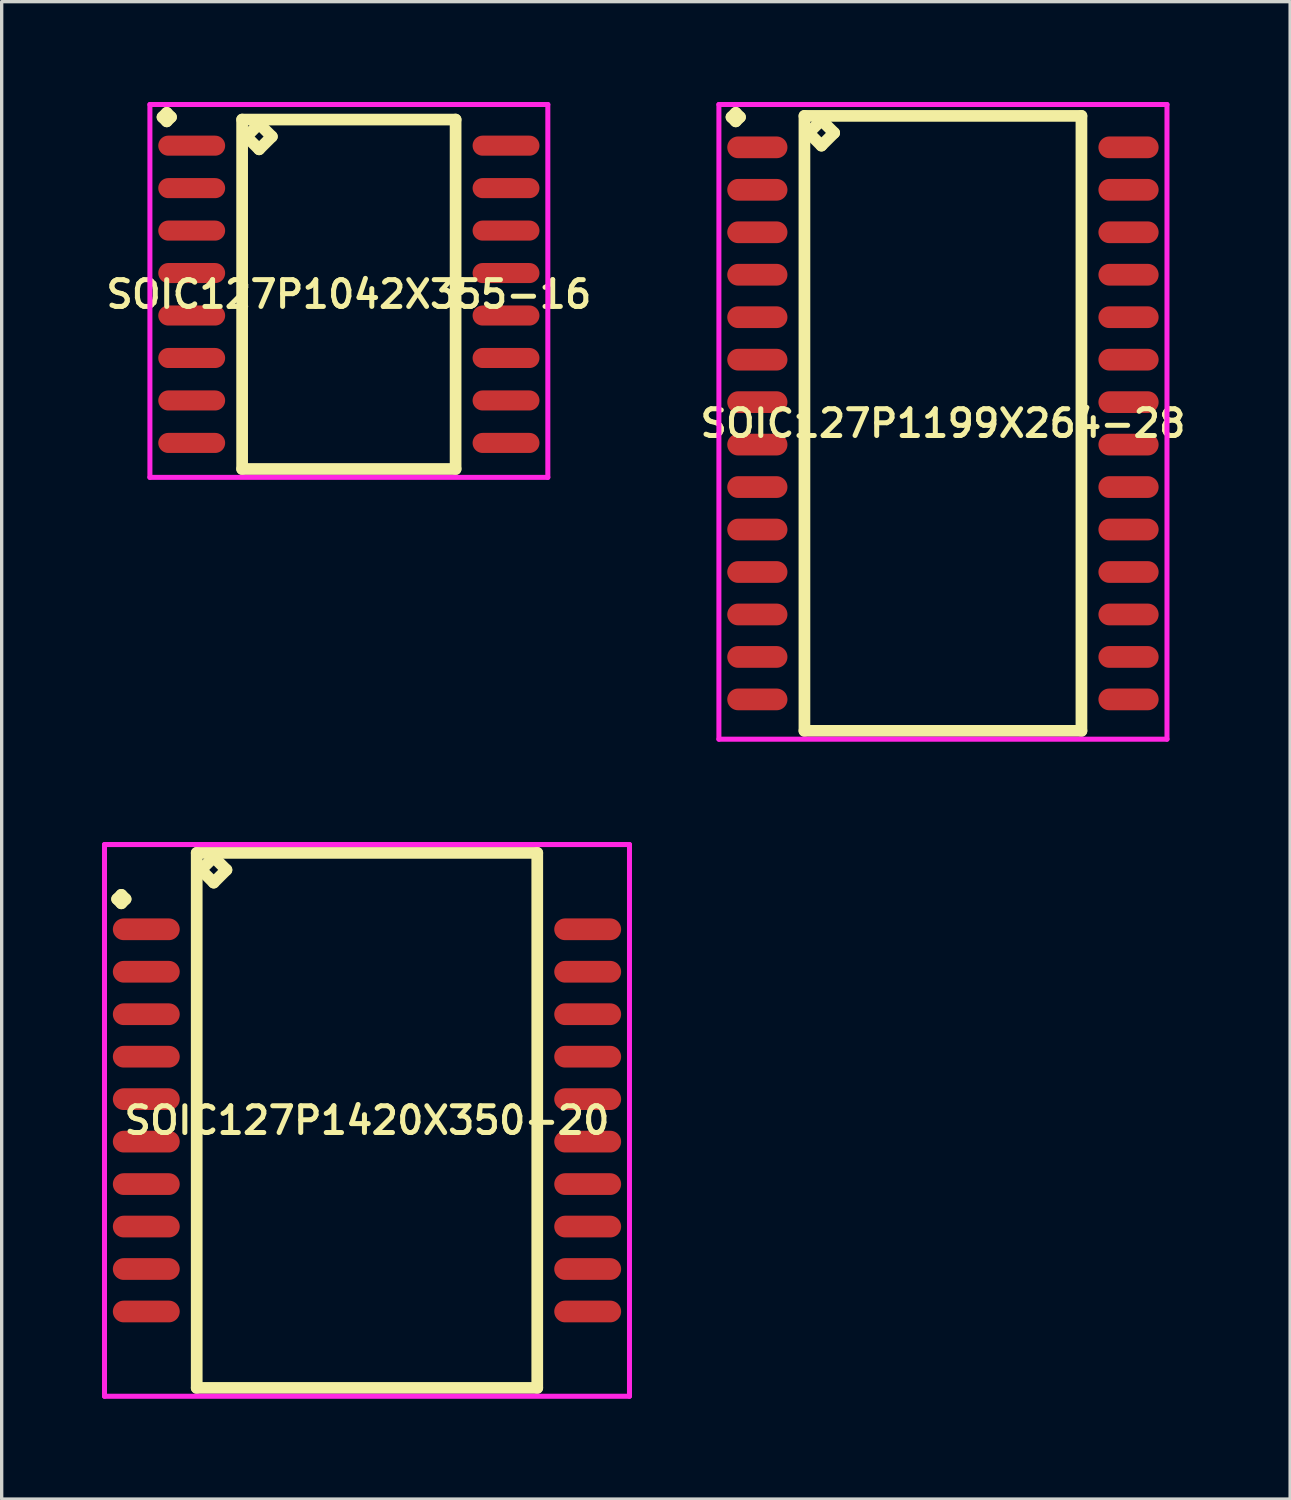
<source format=kicad_pcb>
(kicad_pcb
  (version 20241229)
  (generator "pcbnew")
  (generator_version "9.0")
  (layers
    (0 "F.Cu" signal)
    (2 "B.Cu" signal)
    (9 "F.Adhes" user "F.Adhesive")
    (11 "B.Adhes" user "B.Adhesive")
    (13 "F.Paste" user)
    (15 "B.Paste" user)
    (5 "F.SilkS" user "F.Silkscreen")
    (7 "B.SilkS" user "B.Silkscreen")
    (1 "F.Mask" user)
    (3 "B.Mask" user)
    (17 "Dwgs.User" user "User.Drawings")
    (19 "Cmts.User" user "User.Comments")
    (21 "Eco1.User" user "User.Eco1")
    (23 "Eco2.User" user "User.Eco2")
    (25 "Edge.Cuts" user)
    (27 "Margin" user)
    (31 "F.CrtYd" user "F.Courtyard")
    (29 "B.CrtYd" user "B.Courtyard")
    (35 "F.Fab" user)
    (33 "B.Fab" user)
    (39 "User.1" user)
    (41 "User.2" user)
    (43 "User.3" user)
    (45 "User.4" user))
  (footprint "SOIC127P1199X264-28"
    (layer "F.Cu")
    (at 25.149 9.611)
    (property "Reference" "SOIC127P1199X264-28" (at 0 0 0) (layer "F.SilkS") (effects (font (size 0.8 0.8) (thickness 0.15))))
    (attr smd)
    (fp_line (start -6.323 -9.159) (end -6.196 -9.286) (stroke (width 0.35) (type solid)) (layer "F.SilkS"))
    (fp_line (start -6.196 -9.286) (end -6.069 -9.159) (stroke (width 0.35) (type solid)) (layer "F.SilkS"))
    (fp_line (start -6.196 -9.032) (end -6.323 -9.159) (stroke (width 0.35) (type solid)) (layer "F.SilkS"))
    (fp_line (start -6.069 -9.159) (end -6.196 -9.032) (stroke (width 0.35) (type solid)) (layer "F.SilkS"))
    (fp_line (start -4.142 -9.195) (end -4.142 9.195) (stroke (width 0.35) (type solid)) (layer "F.SilkS"))
    (fp_line (start -4.142 9.195) (end 4.142 9.195) (stroke (width 0.35) (type solid)) (layer "F.SilkS"))
    (fp_line (start -4.015 -8.687) (end -3.634 -9.068) (stroke (width 0.35) (type solid)) (layer "F.SilkS"))
    (fp_line (start -3.634 -9.068) (end -3.253 -8.687) (stroke (width 0.35) (type solid)) (layer "F.SilkS"))
    (fp_line (start -3.634 -8.306) (end -4.015 -8.687) (stroke (width 0.35) (type solid)) (layer "F.SilkS"))
    (fp_line (start -3.253 -8.687) (end -3.634 -8.306) (stroke (width 0.35) (type solid)) (layer "F.SilkS"))
    (fp_line (start 4.142 -9.195) (end -4.142 -9.195) (stroke (width 0.35) (type solid)) (layer "F.SilkS"))
    (fp_line (start 4.142 9.195) (end 4.142 -9.195) (stroke (width 0.35) (type solid)) (layer "F.SilkS"))
    (fp_line (start -6.7 -9.536) (end 6.7 -9.536) (stroke (width 0.15) (type solid)) (layer "F.CrtYd"))
    (fp_line (start -6.7 9.445) (end -6.7 -9.536) (stroke (width 0.15) (type solid)) (layer "F.CrtYd"))
    (fp_line (start 6.7 -9.536) (end 6.7 9.445) (stroke (width 0.15) (type solid)) (layer "F.CrtYd"))
    (fp_line (start 6.7 9.445) (end -6.7 9.445) (stroke (width 0.15) (type solid)) (layer "F.CrtYd"))
    (pad "1" smd oval (at -5.55 -8.255) (size 1.8 0.65) (layers "F.Cu" "F.Mask" "F.Paste"))
    (pad "2" smd oval (at -5.55 -6.985) (size 1.8 0.65) (layers "F.Cu" "F.Mask" "F.Paste"))
    (pad "3" smd oval (at -5.55 -5.715) (size 1.8 0.65) (layers "F.Cu" "F.Mask" "F.Paste"))
    (pad "4" smd oval (at -5.55 -4.445) (size 1.8 0.65) (layers "F.Cu" "F.Mask" "F.Paste"))
    (pad "5" smd oval (at -5.55 -3.175) (size 1.8 0.65) (layers "F.Cu" "F.Mask" "F.Paste"))
    (pad "6" smd oval (at -5.55 -1.905) (size 1.8 0.65) (layers "F.Cu" "F.Mask" "F.Paste"))
    (pad "7" smd oval (at -5.55 -0.635) (size 1.8 0.65) (layers "F.Cu" "F.Mask" "F.Paste"))
    (pad "8" smd oval (at -5.55 0.635) (size 1.8 0.65) (layers "F.Cu" "F.Mask" "F.Paste"))
    (pad "9" smd oval (at -5.55 1.905) (size 1.8 0.65) (layers "F.Cu" "F.Mask" "F.Paste"))
    (pad "10" smd oval (at -5.55 3.175) (size 1.8 0.65) (layers "F.Cu" "F.Mask" "F.Paste"))
    (pad "11" smd oval (at -5.55 4.445) (size 1.8 0.65) (layers "F.Cu" "F.Mask" "F.Paste"))
    (pad "12" smd oval (at -5.55 5.715) (size 1.8 0.65) (layers "F.Cu" "F.Mask" "F.Paste"))
    (pad "13" smd oval (at -5.55 6.985) (size 1.8 0.65) (layers "F.Cu" "F.Mask" "F.Paste"))
    (pad "14" smd oval (at -5.55 8.255) (size 1.8 0.65) (layers "F.Cu" "F.Mask" "F.Paste"))
    (pad "15" smd oval (at 5.55 8.255) (size 1.8 0.65) (layers "F.Cu" "F.Mask" "F.Paste"))
    (pad "16" smd oval (at 5.55 6.985) (size 1.8 0.65) (layers "F.Cu" "F.Mask" "F.Paste"))
    (pad "17" smd oval (at 5.55 5.715) (size 1.8 0.65) (layers "F.Cu" "F.Mask" "F.Paste"))
    (pad "18" smd oval (at 5.55 4.445) (size 1.8 0.65) (layers "F.Cu" "F.Mask" "F.Paste"))
    (pad "19" smd oval (at 5.55 3.175) (size 1.8 0.65) (layers "F.Cu" "F.Mask" "F.Paste"))
    (pad "20" smd oval (at 5.55 1.905) (size 1.8 0.65) (layers "F.Cu" "F.Mask" "F.Paste"))
    (pad "21" smd oval (at 5.55 0.635) (size 1.8 0.65) (layers "F.Cu" "F.Mask" "F.Paste"))
    (pad "22" smd oval (at 5.55 -0.635) (size 1.8 0.65) (layers "F.Cu" "F.Mask" "F.Paste"))
    (pad "23" smd oval (at 5.55 -1.905) (size 1.8 0.65) (layers "F.Cu" "F.Mask" "F.Paste"))
    (pad "24" smd oval (at 5.55 -3.175) (size 1.8 0.65) (layers "F.Cu" "F.Mask" "F.Paste"))
    (pad "25" smd oval (at 5.55 -4.445) (size 1.8 0.65) (layers "F.Cu" "F.Mask" "F.Paste"))
    (pad "26" smd oval (at 5.55 -5.715) (size 1.8 0.65) (layers "F.Cu" "F.Mask" "F.Paste"))
    (pad "27" smd oval (at 5.55 -6.985) (size 1.8 0.65) (layers "F.Cu" "F.Mask" "F.Paste"))
    (pad "28" smd oval (at 5.55 -8.255) (size 1.8 0.65) (layers "F.Cu" "F.Mask" "F.Paste")))
  (footprint "SOIC127P1420X350-20"
    (layer "F.Cu")
    (at 7.925 30.456)
    (property "Reference" "SOIC127P1420X350-20" (at 0 0 0) (layer "F.SilkS") (effects (font (size 0.8 0.8) (thickness 0.15))))
    (attr smd)
    (fp_line (start -7.473 -6.619) (end -7.346 -6.746) (stroke (width 0.35) (type solid)) (layer "F.SilkS"))
    (fp_line (start -7.346 -6.746) (end -7.219 -6.619) (stroke (width 0.35) (type solid)) (layer "F.SilkS"))
    (fp_line (start -7.346 -6.492) (end -7.473 -6.619) (stroke (width 0.35) (type solid)) (layer "F.SilkS"))
    (fp_line (start -7.219 -6.619) (end -7.346 -6.492) (stroke (width 0.35) (type solid)) (layer "F.SilkS"))
    (fp_line (start -5.092 -8) (end -5.092 8) (stroke (width 0.35) (type solid)) (layer "F.SilkS"))
    (fp_line (start -5.092 8) (end 5.092 8) (stroke (width 0.35) (type solid)) (layer "F.SilkS"))
    (fp_line (start -4.965 -7.492) (end -4.584 -7.873) (stroke (width 0.35) (type solid)) (layer "F.SilkS"))
    (fp_line (start -4.584 -7.873) (end -4.203 -7.492) (stroke (width 0.35) (type solid)) (layer "F.SilkS"))
    (fp_line (start -4.584 -7.111) (end -4.965 -7.492) (stroke (width 0.35) (type solid)) (layer "F.SilkS"))
    (fp_line (start -4.203 -7.492) (end -4.584 -7.111) (stroke (width 0.35) (type solid)) (layer "F.SilkS"))
    (fp_line (start 5.092 -8) (end -5.092 -8) (stroke (width 0.35) (type solid)) (layer "F.SilkS"))
    (fp_line (start 5.092 8) (end 5.092 -8) (stroke (width 0.35) (type solid)) (layer "F.SilkS"))
    (fp_line (start -7.85 -8.25) (end 7.85 -8.25) (stroke (width 0.15) (type solid)) (layer "F.CrtYd"))
    (fp_line (start -7.85 8.25) (end -7.85 -8.25) (stroke (width 0.15) (type solid)) (layer "F.CrtYd"))
    (fp_line (start 7.85 -8.25) (end 7.85 8.25) (stroke (width 0.15) (type solid)) (layer "F.CrtYd"))
    (fp_line (start 7.85 8.25) (end -7.85 8.25) (stroke (width 0.15) (type solid)) (layer "F.CrtYd"))
    (pad "1" smd oval (at -6.6 -5.715) (size 2 0.65) (layers "F.Cu" "F.Mask" "F.Paste"))
    (pad "2" smd oval (at -6.6 -4.445) (size 2 0.65) (layers "F.Cu" "F.Mask" "F.Paste"))
    (pad "3" smd oval (at -6.6 -3.175) (size 2 0.65) (layers "F.Cu" "F.Mask" "F.Paste"))
    (pad "4" smd oval (at -6.6 -1.905) (size 2 0.65) (layers "F.Cu" "F.Mask" "F.Paste"))
    (pad "5" smd oval (at -6.6 -0.635) (size 2 0.65) (layers "F.Cu" "F.Mask" "F.Paste"))
    (pad "6" smd oval (at -6.6 0.635) (size 2 0.65) (layers "F.Cu" "F.Mask" "F.Paste"))
    (pad "7" smd oval (at -6.6 1.905) (size 2 0.65) (layers "F.Cu" "F.Mask" "F.Paste"))
    (pad "8" smd oval (at -6.6 3.175) (size 2 0.65) (layers "F.Cu" "F.Mask" "F.Paste"))
    (pad "9" smd oval (at -6.6 4.445) (size 2 0.65) (layers "F.Cu" "F.Mask" "F.Paste"))
    (pad "10" smd oval (at -6.6 5.715) (size 2 0.65) (layers "F.Cu" "F.Mask" "F.Paste"))
    (pad "11" smd oval (at 6.6 5.715) (size 2 0.65) (layers "F.Cu" "F.Mask" "F.Paste"))
    (pad "12" smd oval (at 6.6 4.445) (size 2 0.65) (layers "F.Cu" "F.Mask" "F.Paste"))
    (pad "13" smd oval (at 6.6 3.175) (size 2 0.65) (layers "F.Cu" "F.Mask" "F.Paste"))
    (pad "14" smd oval (at 6.6 1.905) (size 2 0.65) (layers "F.Cu" "F.Mask" "F.Paste"))
    (pad "15" smd oval (at 6.6 0.635) (size 2 0.65) (layers "F.Cu" "F.Mask" "F.Paste"))
    (pad "16" smd oval (at 6.6 -0.635) (size 2 0.65) (layers "F.Cu" "F.Mask" "F.Paste"))
    (pad "17" smd oval (at 6.6 -1.905) (size 2 0.65) (layers "F.Cu" "F.Mask" "F.Paste"))
    (pad "18" smd oval (at 6.6 -3.175) (size 2 0.65) (layers "F.Cu" "F.Mask" "F.Paste"))
    (pad "19" smd oval (at 6.6 -4.445) (size 2 0.65) (layers "F.Cu" "F.Mask" "F.Paste"))
    (pad "20" smd oval (at 6.6 -5.715) (size 2 0.65) (layers "F.Cu" "F.Mask" "F.Paste")))
  (footprint "SOIC127P1042X355-16"
    (layer "F.Cu")
    (at 7.383 5.751)
    (property "Reference" "SOIC127P1042X355-16" (at 0 0 0) (layer "F.SilkS") (effects (font (size 0.8 0.8) (thickness 0.15))))
    (attr smd)
    (fp_line (start -5.573 -5.299) (end -5.446 -5.426) (stroke (width 0.35) (type solid)) (layer "F.SilkS"))
    (fp_line (start -5.446 -5.426) (end -5.319 -5.299) (stroke (width 0.35) (type solid)) (layer "F.SilkS"))
    (fp_line (start -5.446 -5.172) (end -5.573 -5.299) (stroke (width 0.35) (type solid)) (layer "F.SilkS"))
    (fp_line (start -5.319 -5.299) (end -5.446 -5.172) (stroke (width 0.35) (type solid)) (layer "F.SilkS"))
    (fp_line (start -3.192 -5.225) (end -3.192 5.225) (stroke (width 0.35) (type solid)) (layer "F.SilkS"))
    (fp_line (start -3.192 5.225) (end 3.192 5.225) (stroke (width 0.35) (type solid)) (layer "F.SilkS"))
    (fp_line (start -3.065 -4.717) (end -2.684 -5.098) (stroke (width 0.35) (type solid)) (layer "F.SilkS"))
    (fp_line (start -2.684 -5.098) (end -2.303 -4.717) (stroke (width 0.35) (type solid)) (layer "F.SilkS"))
    (fp_line (start -2.684 -4.336) (end -3.065 -4.717) (stroke (width 0.35) (type solid)) (layer "F.SilkS"))
    (fp_line (start -2.303 -4.717) (end -2.684 -4.336) (stroke (width 0.35) (type solid)) (layer "F.SilkS"))
    (fp_line (start 3.192 -5.225) (end -3.192 -5.225) (stroke (width 0.35) (type solid)) (layer "F.SilkS"))
    (fp_line (start 3.192 5.225) (end 3.192 -5.225) (stroke (width 0.35) (type solid)) (layer "F.SilkS"))
    (fp_line (start -5.95 -5.676) (end 5.95 -5.676) (stroke (width 0.15) (type solid)) (layer "F.CrtYd"))
    (fp_line (start -5.95 5.475) (end -5.95 -5.676) (stroke (width 0.15) (type solid)) (layer "F.CrtYd"))
    (fp_line (start 5.95 -5.676) (end 5.95 5.475) (stroke (width 0.15) (type solid)) (layer "F.CrtYd"))
    (fp_line (start 5.95 5.475) (end -5.95 5.475) (stroke (width 0.15) (type solid)) (layer "F.CrtYd"))
    (pad "1" smd oval (at -4.7 -4.445) (size 2 0.6) (layers "F.Cu" "F.Mask" "F.Paste"))
    (pad "2" smd oval (at -4.7 -3.175) (size 2 0.6) (layers "F.Cu" "F.Mask" "F.Paste"))
    (pad "3" smd oval (at -4.7 -1.905) (size 2 0.6) (layers "F.Cu" "F.Mask" "F.Paste"))
    (pad "4" smd oval (at -4.7 -0.635) (size 2 0.6) (layers "F.Cu" "F.Mask" "F.Paste"))
    (pad "5" smd oval (at -4.7 0.635) (size 2 0.6) (layers "F.Cu" "F.Mask" "F.Paste"))
    (pad "6" smd oval (at -4.7 1.905) (size 2 0.6) (layers "F.Cu" "F.Mask" "F.Paste"))
    (pad "7" smd oval (at -4.7 3.175) (size 2 0.6) (layers "F.Cu" "F.Mask" "F.Paste"))
    (pad "8" smd oval (at -4.7 4.445) (size 2 0.6) (layers "F.Cu" "F.Mask" "F.Paste"))
    (pad "9" smd oval (at 4.7 4.445) (size 2 0.6) (layers "F.Cu" "F.Mask" "F.Paste"))
    (pad "10" smd oval (at 4.7 3.175) (size 2 0.6) (layers "F.Cu" "F.Mask" "F.Paste"))
    (pad "11" smd oval (at 4.7 1.905) (size 2 0.6) (layers "F.Cu" "F.Mask" "F.Paste"))
    (pad "12" smd oval (at 4.7 0.635) (size 2 0.6) (layers "F.Cu" "F.Mask" "F.Paste"))
    (pad "13" smd oval (at 4.7 -0.635) (size 2 0.6) (layers "F.Cu" "F.Mask" "F.Paste"))
    (pad "14" smd oval (at 4.7 -1.905) (size 2 0.6) (layers "F.Cu" "F.Mask" "F.Paste"))
    (pad "15" smd oval (at 4.7 -3.175) (size 2 0.6) (layers "F.Cu" "F.Mask" "F.Paste"))
    (pad "16" smd oval (at 4.7 -4.445) (size 2 0.6) (layers "F.Cu" "F.Mask" "F.Paste")))
  (gr_rect
    (start -3 -3)
    (end 35.532 41.781)
    (stroke (width 0.1) (type default))
    (fill no)
    (layer "Edge.Cuts")))
</source>
